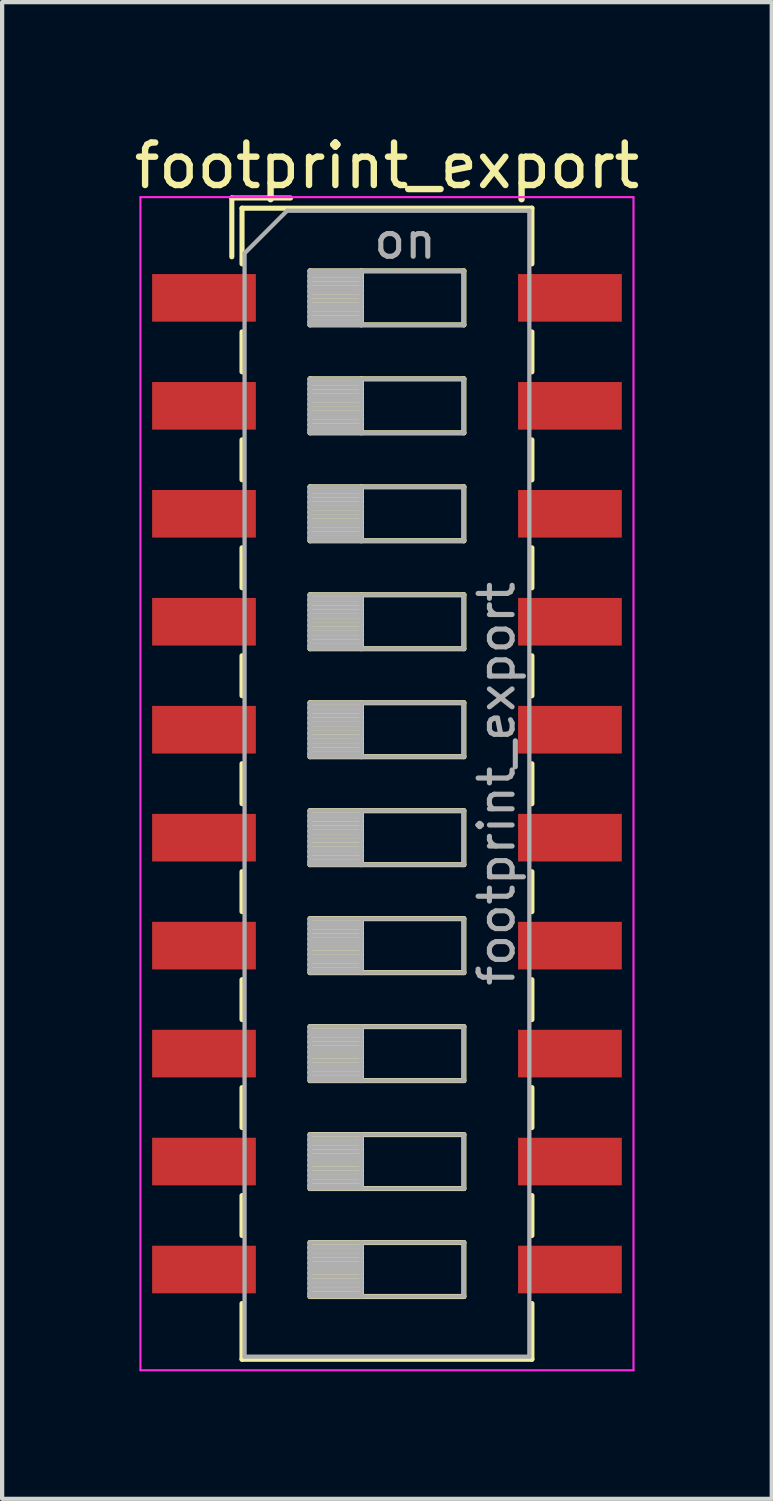
<source format=kicad_pcb>
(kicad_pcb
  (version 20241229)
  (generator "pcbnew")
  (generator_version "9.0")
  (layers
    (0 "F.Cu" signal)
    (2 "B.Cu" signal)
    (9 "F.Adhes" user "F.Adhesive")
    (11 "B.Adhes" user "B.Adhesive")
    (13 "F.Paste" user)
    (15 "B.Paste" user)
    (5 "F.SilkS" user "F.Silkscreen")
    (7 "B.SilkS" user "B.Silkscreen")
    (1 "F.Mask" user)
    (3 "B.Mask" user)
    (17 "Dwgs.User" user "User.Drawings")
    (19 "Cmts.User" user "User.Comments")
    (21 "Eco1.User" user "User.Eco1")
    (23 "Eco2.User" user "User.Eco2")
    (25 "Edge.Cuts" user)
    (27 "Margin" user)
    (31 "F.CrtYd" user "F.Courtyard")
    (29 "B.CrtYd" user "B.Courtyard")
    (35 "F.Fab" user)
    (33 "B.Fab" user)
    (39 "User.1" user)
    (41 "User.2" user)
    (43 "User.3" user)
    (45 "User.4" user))
  (footprint "footprint_export"
    (layer "F.Cu")
    (at 6.054 15.388)
    (property "Reference" "footprint_export" (at 0 -14.54 0) (layer "F.SilkS") (effects (font (size 1 1) (thickness 0.15))))
    (attr smd)
    (fp_line (start -3.65 -13.78) (end -3.65 -12.397) (stroke (width 0.12) (type solid)) (layer "F.SilkS"))
    (fp_line (start -3.65 -13.78) (end -2.267 -13.78) (stroke (width 0.12) (type solid)) (layer "F.SilkS"))
    (fp_line (start -3.41 -13.54) (end -3.41 -12.23) (stroke (width 0.12) (type solid)) (layer "F.SilkS"))
    (fp_line (start -3.41 -13.54) (end 3.41 -13.54) (stroke (width 0.12) (type solid)) (layer "F.SilkS"))
    (fp_line (start -3.41 -10.63) (end -3.41 -9.69) (stroke (width 0.12) (type solid)) (layer "F.SilkS"))
    (fp_line (start -3.41 -8.09) (end -3.41 -7.15) (stroke (width 0.12) (type solid)) (layer "F.SilkS"))
    (fp_line (start -3.41 -5.55) (end -3.41 -4.61) (stroke (width 0.12) (type solid)) (layer "F.SilkS"))
    (fp_line (start -3.41 -3.01) (end -3.41 -2.07) (stroke (width 0.12) (type solid)) (layer "F.SilkS"))
    (fp_line (start -3.41 -0.47) (end -3.41 0.47) (stroke (width 0.12) (type solid)) (layer "F.SilkS"))
    (fp_line (start -3.41 2.07) (end -3.41 3.01) (stroke (width 0.12) (type solid)) (layer "F.SilkS"))
    (fp_line (start -3.41 4.61) (end -3.41 5.55) (stroke (width 0.12) (type solid)) (layer "F.SilkS"))
    (fp_line (start -3.41 7.15) (end -3.41 8.09) (stroke (width 0.12) (type solid)) (layer "F.SilkS"))
    (fp_line (start -3.41 9.69) (end -3.41 10.63) (stroke (width 0.12) (type solid)) (layer "F.SilkS"))
    (fp_line (start -3.41 12.23) (end -3.41 13.541) (stroke (width 0.12) (type solid)) (layer "F.SilkS"))
    (fp_line (start -3.41 13.541) (end 3.41 13.541) (stroke (width 0.12) (type solid)) (layer "F.SilkS"))
    (fp_line (start -1.81 -12.065) (end -1.81 -10.795) (stroke (width 0.12) (type solid)) (layer "F.SilkS"))
    (fp_line (start -1.81 -11.945) (end -0.603 -11.945) (stroke (width 0.12) (type solid)) (layer "F.SilkS"))
    (fp_line (start -1.81 -11.825) (end -0.603 -11.825) (stroke (width 0.12) (type solid)) (layer "F.SilkS"))
    (fp_line (start -1.81 -11.705) (end -0.603 -11.705) (stroke (width 0.12) (type solid)) (layer "F.SilkS"))
    (fp_line (start -1.81 -11.585) (end -0.603 -11.585) (stroke (width 0.12) (type solid)) (layer "F.SilkS"))
    (fp_line (start -1.81 -11.465) (end -0.603 -11.465) (stroke (width 0.12) (type solid)) (layer "F.SilkS"))
    (fp_line (start -1.81 -11.345) (end -0.603 -11.345) (stroke (width 0.12) (type solid)) (layer "F.SilkS"))
    (fp_line (start -1.81 -11.225) (end -0.603 -11.225) (stroke (width 0.12) (type solid)) (layer "F.SilkS"))
    (fp_line (start -1.81 -11.105) (end -0.603 -11.105) (stroke (width 0.12) (type solid)) (layer "F.SilkS"))
    (fp_line (start -1.81 -10.985) (end -0.603 -10.985) (stroke (width 0.12) (type solid)) (layer "F.SilkS"))
    (fp_line (start -1.81 -10.865) (end -0.603 -10.865) (stroke (width 0.12) (type solid)) (layer "F.SilkS"))
    (fp_line (start -1.81 -10.795) (end 1.81 -10.795) (stroke (width 0.12) (type solid)) (layer "F.SilkS"))
    (fp_line (start -1.81 -9.525) (end -1.81 -8.255) (stroke (width 0.12) (type solid)) (layer "F.SilkS"))
    (fp_line (start -1.81 -9.405) (end -0.603 -9.405) (stroke (width 0.12) (type solid)) (layer "F.SilkS"))
    (fp_line (start -1.81 -9.285) (end -0.603 -9.285) (stroke (width 0.12) (type solid)) (layer "F.SilkS"))
    (fp_line (start -1.81 -9.165) (end -0.603 -9.165) (stroke (width 0.12) (type solid)) (layer "F.SilkS"))
    (fp_line (start -1.81 -9.045) (end -0.603 -9.045) (stroke (width 0.12) (type solid)) (layer "F.SilkS"))
    (fp_line (start -1.81 -8.925) (end -0.603 -8.925) (stroke (width 0.12) (type solid)) (layer "F.SilkS"))
    (fp_line (start -1.81 -8.805) (end -0.603 -8.805) (stroke (width 0.12) (type solid)) (layer "F.SilkS"))
    (fp_line (start -1.81 -8.685) (end -0.603 -8.685) (stroke (width 0.12) (type solid)) (layer "F.SilkS"))
    (fp_line (start -1.81 -8.565) (end -0.603 -8.565) (stroke (width 0.12) (type solid)) (layer "F.SilkS"))
    (fp_line (start -1.81 -8.445) (end -0.603 -8.445) (stroke (width 0.12) (type solid)) (layer "F.SilkS"))
    (fp_line (start -1.81 -8.325) (end -0.603 -8.325) (stroke (width 0.12) (type solid)) (layer "F.SilkS"))
    (fp_line (start -1.81 -8.255) (end 1.81 -8.255) (stroke (width 0.12) (type solid)) (layer "F.SilkS"))
    (fp_line (start -1.81 -6.985) (end -1.81 -5.715) (stroke (width 0.12) (type solid)) (layer "F.SilkS"))
    (fp_line (start -1.81 -6.865) (end -0.603 -6.865) (stroke (width 0.12) (type solid)) (layer "F.SilkS"))
    (fp_line (start -1.81 -6.745) (end -0.603 -6.745) (stroke (width 0.12) (type solid)) (layer "F.SilkS"))
    (fp_line (start -1.81 -6.625) (end -0.603 -6.625) (stroke (width 0.12) (type solid)) (layer "F.SilkS"))
    (fp_line (start -1.81 -6.505) (end -0.603 -6.505) (stroke (width 0.12) (type solid)) (layer "F.SilkS"))
    (fp_line (start -1.81 -6.385) (end -0.603 -6.385) (stroke (width 0.12) (type solid)) (layer "F.SilkS"))
    (fp_line (start -1.81 -6.265) (end -0.603 -6.265) (stroke (width 0.12) (type solid)) (layer "F.SilkS"))
    (fp_line (start -1.81 -6.145) (end -0.603 -6.145) (stroke (width 0.12) (type solid)) (layer "F.SilkS"))
    (fp_line (start -1.81 -6.025) (end -0.603 -6.025) (stroke (width 0.12) (type solid)) (layer "F.SilkS"))
    (fp_line (start -1.81 -5.905) (end -0.603 -5.905) (stroke (width 0.12) (type solid)) (layer "F.SilkS"))
    (fp_line (start -1.81 -5.785) (end -0.603 -5.785) (stroke (width 0.12) (type solid)) (layer "F.SilkS"))
    (fp_line (start -1.81 -5.715) (end 1.81 -5.715) (stroke (width 0.12) (type solid)) (layer "F.SilkS"))
    (fp_line (start -1.81 -4.445) (end -1.81 -3.175) (stroke (width 0.12) (type solid)) (layer "F.SilkS"))
    (fp_line (start -1.81 -4.325) (end -0.603 -4.325) (stroke (width 0.12) (type solid)) (layer "F.SilkS"))
    (fp_line (start -1.81 -4.205) (end -0.603 -4.205) (stroke (width 0.12) (type solid)) (layer "F.SilkS"))
    (fp_line (start -1.81 -4.085) (end -0.603 -4.085) (stroke (width 0.12) (type solid)) (layer "F.SilkS"))
    (fp_line (start -1.81 -3.965) (end -0.603 -3.965) (stroke (width 0.12) (type solid)) (layer "F.SilkS"))
    (fp_line (start -1.81 -3.845) (end -0.603 -3.845) (stroke (width 0.12) (type solid)) (layer "F.SilkS"))
    (fp_line (start -1.81 -3.725) (end -0.603 -3.725) (stroke (width 0.12) (type solid)) (layer "F.SilkS"))
    (fp_line (start -1.81 -3.605) (end -0.603 -3.605) (stroke (width 0.12) (type solid)) (layer "F.SilkS"))
    (fp_line (start -1.81 -3.485) (end -0.603 -3.485) (stroke (width 0.12) (type solid)) (layer "F.SilkS"))
    (fp_line (start -1.81 -3.365) (end -0.603 -3.365) (stroke (width 0.12) (type solid)) (layer "F.SilkS"))
    (fp_line (start -1.81 -3.245) (end -0.603 -3.245) (stroke (width 0.12) (type solid)) (layer "F.SilkS"))
    (fp_line (start -1.81 -3.175) (end 1.81 -3.175) (stroke (width 0.12) (type solid)) (layer "F.SilkS"))
    (fp_line (start -1.81 -1.905) (end -1.81 -0.635) (stroke (width 0.12) (type solid)) (layer "F.SilkS"))
    (fp_line (start -1.81 -1.785) (end -0.603 -1.785) (stroke (width 0.12) (type solid)) (layer "F.SilkS"))
    (fp_line (start -1.81 -1.665) (end -0.603 -1.665) (stroke (width 0.12) (type solid)) (layer "F.SilkS"))
    (fp_line (start -1.81 -1.545) (end -0.603 -1.545) (stroke (width 0.12) (type solid)) (layer "F.SilkS"))
    (fp_line (start -1.81 -1.425) (end -0.603 -1.425) (stroke (width 0.12) (type solid)) (layer "F.SilkS"))
    (fp_line (start -1.81 -1.305) (end -0.603 -1.305) (stroke (width 0.12) (type solid)) (layer "F.SilkS"))
    (fp_line (start -1.81 -1.185) (end -0.603 -1.185) (stroke (width 0.12) (type solid)) (layer "F.SilkS"))
    (fp_line (start -1.81 -1.065) (end -0.603 -1.065) (stroke (width 0.12) (type solid)) (layer "F.SilkS"))
    (fp_line (start -1.81 -0.945) (end -0.603 -0.945) (stroke (width 0.12) (type solid)) (layer "F.SilkS"))
    (fp_line (start -1.81 -0.825) (end -0.603 -0.825) (stroke (width 0.12) (type solid)) (layer "F.SilkS"))
    (fp_line (start -1.81 -0.705) (end -0.603 -0.705) (stroke (width 0.12) (type solid)) (layer "F.SilkS"))
    (fp_line (start -1.81 -0.635) (end 1.81 -0.635) (stroke (width 0.12) (type solid)) (layer "F.SilkS"))
    (fp_line (start -1.81 0.635) (end -1.81 1.905) (stroke (width 0.12) (type solid)) (layer "F.SilkS"))
    (fp_line (start -1.81 0.755) (end -0.603 0.755) (stroke (width 0.12) (type solid)) (layer "F.SilkS"))
    (fp_line (start -1.81 0.875) (end -0.603 0.875) (stroke (width 0.12) (type solid)) (layer "F.SilkS"))
    (fp_line (start -1.81 0.995) (end -0.603 0.995) (stroke (width 0.12) (type solid)) (layer "F.SilkS"))
    (fp_line (start -1.81 1.115) (end -0.603 1.115) (stroke (width 0.12) (type solid)) (layer "F.SilkS"))
    (fp_line (start -1.81 1.235) (end -0.603 1.235) (stroke (width 0.12) (type solid)) (layer "F.SilkS"))
    (fp_line (start -1.81 1.355) (end -0.603 1.355) (stroke (width 0.12) (type solid)) (layer "F.SilkS"))
    (fp_line (start -1.81 1.475) (end -0.603 1.475) (stroke (width 0.12) (type solid)) (layer "F.SilkS"))
    (fp_line (start -1.81 1.595) (end -0.603 1.595) (stroke (width 0.12) (type solid)) (layer "F.SilkS"))
    (fp_line (start -1.81 1.715) (end -0.603 1.715) (stroke (width 0.12) (type solid)) (layer "F.SilkS"))
    (fp_line (start -1.81 1.835) (end -0.603 1.835) (stroke (width 0.12) (type solid)) (layer "F.SilkS"))
    (fp_line (start -1.81 1.905) (end 1.81 1.905) (stroke (width 0.12) (type solid)) (layer "F.SilkS"))
    (fp_line (start -1.81 3.175) (end -1.81 4.445) (stroke (width 0.12) (type solid)) (layer "F.SilkS"))
    (fp_line (start -1.81 3.295) (end -0.603 3.295) (stroke (width 0.12) (type solid)) (layer "F.SilkS"))
    (fp_line (start -1.81 3.415) (end -0.603 3.415) (stroke (width 0.12) (type solid)) (layer "F.SilkS"))
    (fp_line (start -1.81 3.535) (end -0.603 3.535) (stroke (width 0.12) (type solid)) (layer "F.SilkS"))
    (fp_line (start -1.81 3.655) (end -0.603 3.655) (stroke (width 0.12) (type solid)) (layer "F.SilkS"))
    (fp_line (start -1.81 3.775) (end -0.603 3.775) (stroke (width 0.12) (type solid)) (layer "F.SilkS"))
    (fp_line (start -1.81 3.895) (end -0.603 3.895) (stroke (width 0.12) (type solid)) (layer "F.SilkS"))
    (fp_line (start -1.81 4.015) (end -0.603 4.015) (stroke (width 0.12) (type solid)) (layer "F.SilkS"))
    (fp_line (start -1.81 4.135) (end -0.603 4.135) (stroke (width 0.12) (type solid)) (layer "F.SilkS"))
    (fp_line (start -1.81 4.255) (end -0.603 4.255) (stroke (width 0.12) (type solid)) (layer "F.SilkS"))
    (fp_line (start -1.81 4.375) (end -0.603 4.375) (stroke (width 0.12) (type solid)) (layer "F.SilkS"))
    (fp_line (start -1.81 4.445) (end 1.81 4.445) (stroke (width 0.12) (type solid)) (layer "F.SilkS"))
    (fp_line (start -1.81 5.715) (end -1.81 6.985) (stroke (width 0.12) (type solid)) (layer "F.SilkS"))
    (fp_line (start -1.81 5.835) (end -0.603 5.835) (stroke (width 0.12) (type solid)) (layer "F.SilkS"))
    (fp_line (start -1.81 5.955) (end -0.603 5.955) (stroke (width 0.12) (type solid)) (layer "F.SilkS"))
    (fp_line (start -1.81 6.075) (end -0.603 6.075) (stroke (width 0.12) (type solid)) (layer "F.SilkS"))
    (fp_line (start -1.81 6.195) (end -0.603 6.195) (stroke (width 0.12) (type solid)) (layer "F.SilkS"))
    (fp_line (start -1.81 6.315) (end -0.603 6.315) (stroke (width 0.12) (type solid)) (layer "F.SilkS"))
    (fp_line (start -1.81 6.435) (end -0.603 6.435) (stroke (width 0.12) (type solid)) (layer "F.SilkS"))
    (fp_line (start -1.81 6.555) (end -0.603 6.555) (stroke (width 0.12) (type solid)) (layer "F.SilkS"))
    (fp_line (start -1.81 6.675) (end -0.603 6.675) (stroke (width 0.12) (type solid)) (layer "F.SilkS"))
    (fp_line (start -1.81 6.795) (end -0.603 6.795) (stroke (width 0.12) (type solid)) (layer "F.SilkS"))
    (fp_line (start -1.81 6.915) (end -0.603 6.915) (stroke (width 0.12) (type solid)) (layer "F.SilkS"))
    (fp_line (start -1.81 6.985) (end 1.81 6.985) (stroke (width 0.12) (type solid)) (layer "F.SilkS"))
    (fp_line (start -1.81 8.255) (end -1.81 9.525) (stroke (width 0.12) (type solid)) (layer "F.SilkS"))
    (fp_line (start -1.81 8.375) (end -0.603 8.375) (stroke (width 0.12) (type solid)) (layer "F.SilkS"))
    (fp_line (start -1.81 8.495) (end -0.603 8.495) (stroke (width 0.12) (type solid)) (layer "F.SilkS"))
    (fp_line (start -1.81 8.615) (end -0.603 8.615) (stroke (width 0.12) (type solid)) (layer "F.SilkS"))
    (fp_line (start -1.81 8.735) (end -0.603 8.735) (stroke (width 0.12) (type solid)) (layer "F.SilkS"))
    (fp_line (start -1.81 8.855) (end -0.603 8.855) (stroke (width 0.12) (type solid)) (layer "F.SilkS"))
    (fp_line (start -1.81 8.975) (end -0.603 8.975) (stroke (width 0.12) (type solid)) (layer "F.SilkS"))
    (fp_line (start -1.81 9.095) (end -0.603 9.095) (stroke (width 0.12) (type solid)) (layer "F.SilkS"))
    (fp_line (start -1.81 9.215) (end -0.603 9.215) (stroke (width 0.12) (type solid)) (layer "F.SilkS"))
    (fp_line (start -1.81 9.335) (end -0.603 9.335) (stroke (width 0.12) (type solid)) (layer "F.SilkS"))
    (fp_line (start -1.81 9.455) (end -0.603 9.455) (stroke (width 0.12) (type solid)) (layer "F.SilkS"))
    (fp_line (start -1.81 9.525) (end 1.81 9.525) (stroke (width 0.12) (type solid)) (layer "F.SilkS"))
    (fp_line (start -1.81 10.795) (end -1.81 12.065) (stroke (width 0.12) (type solid)) (layer "F.SilkS"))
    (fp_line (start -1.81 10.915) (end -0.603 10.915) (stroke (width 0.12) (type solid)) (layer "F.SilkS"))
    (fp_line (start -1.81 11.035) (end -0.603 11.035) (stroke (width 0.12) (type solid)) (layer "F.SilkS"))
    (fp_line (start -1.81 11.155) (end -0.603 11.155) (stroke (width 0.12) (type solid)) (layer "F.SilkS"))
    (fp_line (start -1.81 11.275) (end -0.603 11.275) (stroke (width 0.12) (type solid)) (layer "F.SilkS"))
    (fp_line (start -1.81 11.395) (end -0.603 11.395) (stroke (width 0.12) (type solid)) (layer "F.SilkS"))
    (fp_line (start -1.81 11.515) (end -0.603 11.515) (stroke (width 0.12) (type solid)) (layer "F.SilkS"))
    (fp_line (start -1.81 11.635) (end -0.603 11.635) (stroke (width 0.12) (type solid)) (layer "F.SilkS"))
    (fp_line (start -1.81 11.755) (end -0.603 11.755) (stroke (width 0.12) (type solid)) (layer "F.SilkS"))
    (fp_line (start -1.81 11.875) (end -0.603 11.875) (stroke (width 0.12) (type solid)) (layer "F.SilkS"))
    (fp_line (start -1.81 11.995) (end -0.603 11.995) (stroke (width 0.12) (type solid)) (layer "F.SilkS"))
    (fp_line (start -1.81 12.065) (end 1.81 12.065) (stroke (width 0.12) (type solid)) (layer "F.SilkS"))
    (fp_line (start -0.603 -12.065) (end -0.603 -10.795) (stroke (width 0.12) (type solid)) (layer "F.SilkS"))
    (fp_line (start -0.603 -9.525) (end -0.603 -8.255) (stroke (width 0.12) (type solid)) (layer "F.SilkS"))
    (fp_line (start -0.603 -6.985) (end -0.603 -5.715) (stroke (width 0.12) (type solid)) (layer "F.SilkS"))
    (fp_line (start -0.603 -4.445) (end -0.603 -3.175) (stroke (width 0.12) (type solid)) (layer "F.SilkS"))
    (fp_line (start -0.603 -1.905) (end -0.603 -0.635) (stroke (width 0.12) (type solid)) (layer "F.SilkS"))
    (fp_line (start -0.603 0.635) (end -0.603 1.905) (stroke (width 0.12) (type solid)) (layer "F.SilkS"))
    (fp_line (start -0.603 3.175) (end -0.603 4.445) (stroke (width 0.12) (type solid)) (layer "F.SilkS"))
    (fp_line (start -0.603 5.715) (end -0.603 6.985) (stroke (width 0.12) (type solid)) (layer "F.SilkS"))
    (fp_line (start -0.603 8.255) (end -0.603 9.525) (stroke (width 0.12) (type solid)) (layer "F.SilkS"))
    (fp_line (start -0.603 10.795) (end -0.603 12.065) (stroke (width 0.12) (type solid)) (layer "F.SilkS"))
    (fp_line (start 1.81 -12.065) (end -1.81 -12.065) (stroke (width 0.12) (type solid)) (layer "F.SilkS"))
    (fp_line (start 1.81 -10.795) (end 1.81 -12.065) (stroke (width 0.12) (type solid)) (layer "F.SilkS"))
    (fp_line (start 1.81 -9.525) (end -1.81 -9.525) (stroke (width 0.12) (type solid)) (layer "F.SilkS"))
    (fp_line (start 1.81 -8.255) (end 1.81 -9.525) (stroke (width 0.12) (type solid)) (layer "F.SilkS"))
    (fp_line (start 1.81 -6.985) (end -1.81 -6.985) (stroke (width 0.12) (type solid)) (layer "F.SilkS"))
    (fp_line (start 1.81 -5.715) (end 1.81 -6.985) (stroke (width 0.12) (type solid)) (layer "F.SilkS"))
    (fp_line (start 1.81 -4.445) (end -1.81 -4.445) (stroke (width 0.12) (type solid)) (layer "F.SilkS"))
    (fp_line (start 1.81 -3.175) (end 1.81 -4.445) (stroke (width 0.12) (type solid)) (layer "F.SilkS"))
    (fp_line (start 1.81 -1.905) (end -1.81 -1.905) (stroke (width 0.12) (type solid)) (layer "F.SilkS"))
    (fp_line (start 1.81 -0.635) (end 1.81 -1.905) (stroke (width 0.12) (type solid)) (layer "F.SilkS"))
    (fp_line (start 1.81 0.635) (end -1.81 0.635) (stroke (width 0.12) (type solid)) (layer "F.SilkS"))
    (fp_line (start 1.81 1.905) (end 1.81 0.635) (stroke (width 0.12) (type solid)) (layer "F.SilkS"))
    (fp_line (start 1.81 3.175) (end -1.81 3.175) (stroke (width 0.12) (type solid)) (layer "F.SilkS"))
    (fp_line (start 1.81 4.445) (end 1.81 3.175) (stroke (width 0.12) (type solid)) (layer "F.SilkS"))
    (fp_line (start 1.81 5.715) (end -1.81 5.715) (stroke (width 0.12) (type solid)) (layer "F.SilkS"))
    (fp_line (start 1.81 6.985) (end 1.81 5.715) (stroke (width 0.12) (type solid)) (layer "F.SilkS"))
    (fp_line (start 1.81 8.255) (end -1.81 8.255) (stroke (width 0.12) (type solid)) (layer "F.SilkS"))
    (fp_line (start 1.81 9.525) (end 1.81 8.255) (stroke (width 0.12) (type solid)) (layer "F.SilkS"))
    (fp_line (start 1.81 10.795) (end -1.81 10.795) (stroke (width 0.12) (type solid)) (layer "F.SilkS"))
    (fp_line (start 1.81 12.065) (end 1.81 10.795) (stroke (width 0.12) (type solid)) (layer "F.SilkS"))
    (fp_line (start 3.41 -13.54) (end 3.41 -12.23) (stroke (width 0.12) (type solid)) (layer "F.SilkS"))
    (fp_line (start 3.41 -10.629) (end 3.41 -9.689) (stroke (width 0.12) (type solid)) (layer "F.SilkS"))
    (fp_line (start 3.41 -8.089) (end 3.41 -7.149) (stroke (width 0.12) (type solid)) (layer "F.SilkS"))
    (fp_line (start 3.41 -5.549) (end 3.41 -4.609) (stroke (width 0.12) (type solid)) (layer "F.SilkS"))
    (fp_line (start 3.41 -3.009) (end 3.41 -2.069) (stroke (width 0.12) (type solid)) (layer "F.SilkS"))
    (fp_line (start 3.41 -0.469) (end 3.41 0.471) (stroke (width 0.12) (type solid)) (layer "F.SilkS"))
    (fp_line (start 3.41 2.071) (end 3.41 3.011) (stroke (width 0.12) (type solid)) (layer "F.SilkS"))
    (fp_line (start 3.41 4.611) (end 3.41 5.55) (stroke (width 0.12) (type solid)) (layer "F.SilkS"))
    (fp_line (start 3.41 7.15) (end 3.41 8.09) (stroke (width 0.12) (type solid)) (layer "F.SilkS"))
    (fp_line (start 3.41 9.69) (end 3.41 10.63) (stroke (width 0.12) (type solid)) (layer "F.SilkS"))
    (fp_line (start 3.41 12.23) (end 3.41 13.541) (stroke (width 0.12) (type solid)) (layer "F.SilkS"))
    (fp_line (start -5.8 -13.8) (end -5.8 13.8) (stroke (width 0.05) (type solid)) (layer "F.CrtYd"))
    (fp_line (start -5.8 13.8) (end 5.8 13.8) (stroke (width 0.05) (type solid)) (layer "F.CrtYd"))
    (fp_line (start 5.8 -13.8) (end -5.8 -13.8) (stroke (width 0.05) (type solid)) (layer "F.CrtYd"))
    (fp_line (start 5.8 13.8) (end 5.8 -13.8) (stroke (width 0.05) (type solid)) (layer "F.CrtYd"))
    (fp_line (start -3.35 -12.48) (end -2.35 -13.48) (stroke (width 0.1) (type solid)) (layer "F.Fab"))
    (fp_line (start -3.35 13.48) (end -3.35 -12.48) (stroke (width 0.1) (type solid)) (layer "F.Fab"))
    (fp_line (start -2.35 -13.48) (end 3.35 -13.48) (stroke (width 0.1) (type solid)) (layer "F.Fab"))
    (fp_line (start -1.81 -12.065) (end -1.81 -10.795) (stroke (width 0.1) (type solid)) (layer "F.Fab"))
    (fp_line (start -1.81 -11.965) (end -0.603 -11.965) (stroke (width 0.1) (type solid)) (layer "F.Fab"))
    (fp_line (start -1.81 -11.865) (end -0.603 -11.865) (stroke (width 0.1) (type solid)) (layer "F.Fab"))
    (fp_line (start -1.81 -11.765) (end -0.603 -11.765) (stroke (width 0.1) (type solid)) (layer "F.Fab"))
    (fp_line (start -1.81 -11.665) (end -0.603 -11.665) (stroke (width 0.1) (type solid)) (layer "F.Fab"))
    (fp_line (start -1.81 -11.565) (end -0.603 -11.565) (stroke (width 0.1) (type solid)) (layer "F.Fab"))
    (fp_line (start -1.81 -11.465) (end -0.603 -11.465) (stroke (width 0.1) (type solid)) (layer "F.Fab"))
    (fp_line (start -1.81 -11.365) (end -0.603 -11.365) (stroke (width 0.1) (type solid)) (layer "F.Fab"))
    (fp_line (start -1.81 -11.265) (end -0.603 -11.265) (stroke (width 0.1) (type solid)) (layer "F.Fab"))
    (fp_line (start -1.81 -11.165) (end -0.603 -11.165) (stroke (width 0.1) (type solid)) (layer "F.Fab"))
    (fp_line (start -1.81 -11.065) (end -0.603 -11.065) (stroke (width 0.1) (type solid)) (layer "F.Fab"))
    (fp_line (start -1.81 -10.965) (end -0.603 -10.965) (stroke (width 0.1) (type solid)) (layer "F.Fab"))
    (fp_line (start -1.81 -10.865) (end -0.603 -10.865) (stroke (width 0.1) (type solid)) (layer "F.Fab"))
    (fp_line (start -1.81 -10.795) (end 1.81 -10.795) (stroke (width 0.1) (type solid)) (layer "F.Fab"))
    (fp_line (start -1.81 -9.525) (end -1.81 -8.255) (stroke (width 0.1) (type solid)) (layer "F.Fab"))
    (fp_line (start -1.81 -9.425) (end -0.603 -9.425) (stroke (width 0.1) (type solid)) (layer "F.Fab"))
    (fp_line (start -1.81 -9.325) (end -0.603 -9.325) (stroke (width 0.1) (type solid)) (layer "F.Fab"))
    (fp_line (start -1.81 -9.225) (end -0.603 -9.225) (stroke (width 0.1) (type solid)) (layer "F.Fab"))
    (fp_line (start -1.81 -9.125) (end -0.603 -9.125) (stroke (width 0.1) (type solid)) (layer "F.Fab"))
    (fp_line (start -1.81 -9.025) (end -0.603 -9.025) (stroke (width 0.1) (type solid)) (layer "F.Fab"))
    (fp_line (start -1.81 -8.925) (end -0.603 -8.925) (stroke (width 0.1) (type solid)) (layer "F.Fab"))
    (fp_line (start -1.81 -8.825) (end -0.603 -8.825) (stroke (width 0.1) (type solid)) (layer "F.Fab"))
    (fp_line (start -1.81 -8.725) (end -0.603 -8.725) (stroke (width 0.1) (type solid)) (layer "F.Fab"))
    (fp_line (start -1.81 -8.625) (end -0.603 -8.625) (stroke (width 0.1) (type solid)) (layer "F.Fab"))
    (fp_line (start -1.81 -8.525) (end -0.603 -8.525) (stroke (width 0.1) (type solid)) (layer "F.Fab"))
    (fp_line (start -1.81 -8.425) (end -0.603 -8.425) (stroke (width 0.1) (type solid)) (layer "F.Fab"))
    (fp_line (start -1.81 -8.325) (end -0.603 -8.325) (stroke (width 0.1) (type solid)) (layer "F.Fab"))
    (fp_line (start -1.81 -8.255) (end 1.81 -8.255) (stroke (width 0.1) (type solid)) (layer "F.Fab"))
    (fp_line (start -1.81 -6.985) (end -1.81 -5.715) (stroke (width 0.1) (type solid)) (layer "F.Fab"))
    (fp_line (start -1.81 -6.885) (end -0.603 -6.885) (stroke (width 0.1) (type solid)) (layer "F.Fab"))
    (fp_line (start -1.81 -6.785) (end -0.603 -6.785) (stroke (width 0.1) (type solid)) (layer "F.Fab"))
    (fp_line (start -1.81 -6.685) (end -0.603 -6.685) (stroke (width 0.1) (type solid)) (layer "F.Fab"))
    (fp_line (start -1.81 -6.585) (end -0.603 -6.585) (stroke (width 0.1) (type solid)) (layer "F.Fab"))
    (fp_line (start -1.81 -6.485) (end -0.603 -6.485) (stroke (width 0.1) (type solid)) (layer "F.Fab"))
    (fp_line (start -1.81 -6.385) (end -0.603 -6.385) (stroke (width 0.1) (type solid)) (layer "F.Fab"))
    (fp_line (start -1.81 -6.285) (end -0.603 -6.285) (stroke (width 0.1) (type solid)) (layer "F.Fab"))
    (fp_line (start -1.81 -6.185) (end -0.603 -6.185) (stroke (width 0.1) (type solid)) (layer "F.Fab"))
    (fp_line (start -1.81 -6.085) (end -0.603 -6.085) (stroke (width 0.1) (type solid)) (layer "F.Fab"))
    (fp_line (start -1.81 -5.985) (end -0.603 -5.985) (stroke (width 0.1) (type solid)) (layer "F.Fab"))
    (fp_line (start -1.81 -5.885) (end -0.603 -5.885) (stroke (width 0.1) (type solid)) (layer "F.Fab"))
    (fp_line (start -1.81 -5.785) (end -0.603 -5.785) (stroke (width 0.1) (type solid)) (layer "F.Fab"))
    (fp_line (start -1.81 -5.715) (end 1.81 -5.715) (stroke (width 0.1) (type solid)) (layer "F.Fab"))
    (fp_line (start -1.81 -4.445) (end -1.81 -3.175) (stroke (width 0.1) (type solid)) (layer "F.Fab"))
    (fp_line (start -1.81 -4.345) (end -0.603 -4.345) (stroke (width 0.1) (type solid)) (layer "F.Fab"))
    (fp_line (start -1.81 -4.245) (end -0.603 -4.245) (stroke (width 0.1) (type solid)) (layer "F.Fab"))
    (fp_line (start -1.81 -4.145) (end -0.603 -4.145) (stroke (width 0.1) (type solid)) (layer "F.Fab"))
    (fp_line (start -1.81 -4.045) (end -0.603 -4.045) (stroke (width 0.1) (type solid)) (layer "F.Fab"))
    (fp_line (start -1.81 -3.945) (end -0.603 -3.945) (stroke (width 0.1) (type solid)) (layer "F.Fab"))
    (fp_line (start -1.81 -3.845) (end -0.603 -3.845) (stroke (width 0.1) (type solid)) (layer "F.Fab"))
    (fp_line (start -1.81 -3.745) (end -0.603 -3.745) (stroke (width 0.1) (type solid)) (layer "F.Fab"))
    (fp_line (start -1.81 -3.645) (end -0.603 -3.645) (stroke (width 0.1) (type solid)) (layer "F.Fab"))
    (fp_line (start -1.81 -3.545) (end -0.603 -3.545) (stroke (width 0.1) (type solid)) (layer "F.Fab"))
    (fp_line (start -1.81 -3.445) (end -0.603 -3.445) (stroke (width 0.1) (type solid)) (layer "F.Fab"))
    (fp_line (start -1.81 -3.345) (end -0.603 -3.345) (stroke (width 0.1) (type solid)) (layer "F.Fab"))
    (fp_line (start -1.81 -3.245) (end -0.603 -3.245) (stroke (width 0.1) (type solid)) (layer "F.Fab"))
    (fp_line (start -1.81 -3.175) (end 1.81 -3.175) (stroke (width 0.1) (type solid)) (layer "F.Fab"))
    (fp_line (start -1.81 -1.905) (end -1.81 -0.635) (stroke (width 0.1) (type solid)) (layer "F.Fab"))
    (fp_line (start -1.81 -1.805) (end -0.603 -1.805) (stroke (width 0.1) (type solid)) (layer "F.Fab"))
    (fp_line (start -1.81 -1.705) (end -0.603 -1.705) (stroke (width 0.1) (type solid)) (layer "F.Fab"))
    (fp_line (start -1.81 -1.605) (end -0.603 -1.605) (stroke (width 0.1) (type solid)) (layer "F.Fab"))
    (fp_line (start -1.81 -1.505) (end -0.603 -1.505) (stroke (width 0.1) (type solid)) (layer "F.Fab"))
    (fp_line (start -1.81 -1.405) (end -0.603 -1.405) (stroke (width 0.1) (type solid)) (layer "F.Fab"))
    (fp_line (start -1.81 -1.305) (end -0.603 -1.305) (stroke (width 0.1) (type solid)) (layer "F.Fab"))
    (fp_line (start -1.81 -1.205) (end -0.603 -1.205) (stroke (width 0.1) (type solid)) (layer "F.Fab"))
    (fp_line (start -1.81 -1.105) (end -0.603 -1.105) (stroke (width 0.1) (type solid)) (layer "F.Fab"))
    (fp_line (start -1.81 -1.005) (end -0.603 -1.005) (stroke (width 0.1) (type solid)) (layer "F.Fab"))
    (fp_line (start -1.81 -0.905) (end -0.603 -0.905) (stroke (width 0.1) (type solid)) (layer "F.Fab"))
    (fp_line (start -1.81 -0.805) (end -0.603 -0.805) (stroke (width 0.1) (type solid)) (layer "F.Fab"))
    (fp_line (start -1.81 -0.705) (end -0.603 -0.705) (stroke (width 0.1) (type solid)) (layer "F.Fab"))
    (fp_line (start -1.81 -0.635) (end 1.81 -0.635) (stroke (width 0.1) (type solid)) (layer "F.Fab"))
    (fp_line (start -1.81 0.635) (end -1.81 1.905) (stroke (width 0.1) (type solid)) (layer "F.Fab"))
    (fp_line (start -1.81 0.735) (end -0.603 0.735) (stroke (width 0.1) (type solid)) (layer "F.Fab"))
    (fp_line (start -1.81 0.835) (end -0.603 0.835) (stroke (width 0.1) (type solid)) (layer "F.Fab"))
    (fp_line (start -1.81 0.935) (end -0.603 0.935) (stroke (width 0.1) (type solid)) (layer "F.Fab"))
    (fp_line (start -1.81 1.035) (end -0.603 1.035) (stroke (width 0.1) (type solid)) (layer "F.Fab"))
    (fp_line (start -1.81 1.135) (end -0.603 1.135) (stroke (width 0.1) (type solid)) (layer "F.Fab"))
    (fp_line (start -1.81 1.235) (end -0.603 1.235) (stroke (width 0.1) (type solid)) (layer "F.Fab"))
    (fp_line (start -1.81 1.335) (end -0.603 1.335) (stroke (width 0.1) (type solid)) (layer "F.Fab"))
    (fp_line (start -1.81 1.435) (end -0.603 1.435) (stroke (width 0.1) (type solid)) (layer "F.Fab"))
    (fp_line (start -1.81 1.535) (end -0.603 1.535) (stroke (width 0.1) (type solid)) (layer "F.Fab"))
    (fp_line (start -1.81 1.635) (end -0.603 1.635) (stroke (width 0.1) (type solid)) (layer "F.Fab"))
    (fp_line (start -1.81 1.735) (end -0.603 1.735) (stroke (width 0.1) (type solid)) (layer "F.Fab"))
    (fp_line (start -1.81 1.835) (end -0.603 1.835) (stroke (width 0.1) (type solid)) (layer "F.Fab"))
    (fp_line (start -1.81 1.905) (end 1.81 1.905) (stroke (width 0.1) (type solid)) (layer "F.Fab"))
    (fp_line (start -1.81 3.175) (end -1.81 4.445) (stroke (width 0.1) (type solid)) (layer "F.Fab"))
    (fp_line (start -1.81 3.275) (end -0.603 3.275) (stroke (width 0.1) (type solid)) (layer "F.Fab"))
    (fp_line (start -1.81 3.375) (end -0.603 3.375) (stroke (width 0.1) (type solid)) (layer "F.Fab"))
    (fp_line (start -1.81 3.475) (end -0.603 3.475) (stroke (width 0.1) (type solid)) (layer "F.Fab"))
    (fp_line (start -1.81 3.575) (end -0.603 3.575) (stroke (width 0.1) (type solid)) (layer "F.Fab"))
    (fp_line (start -1.81 3.675) (end -0.603 3.675) (stroke (width 0.1) (type solid)) (layer "F.Fab"))
    (fp_line (start -1.81 3.775) (end -0.603 3.775) (stroke (width 0.1) (type solid)) (layer "F.Fab"))
    (fp_line (start -1.81 3.875) (end -0.603 3.875) (stroke (width 0.1) (type solid)) (layer "F.Fab"))
    (fp_line (start -1.81 3.975) (end -0.603 3.975) (stroke (width 0.1) (type solid)) (layer "F.Fab"))
    (fp_line (start -1.81 4.075) (end -0.603 4.075) (stroke (width 0.1) (type solid)) (layer "F.Fab"))
    (fp_line (start -1.81 4.175) (end -0.603 4.175) (stroke (width 0.1) (type solid)) (layer "F.Fab"))
    (fp_line (start -1.81 4.275) (end -0.603 4.275) (stroke (width 0.1) (type solid)) (layer "F.Fab"))
    (fp_line (start -1.81 4.375) (end -0.603 4.375) (stroke (width 0.1) (type solid)) (layer "F.Fab"))
    (fp_line (start -1.81 4.445) (end 1.81 4.445) (stroke (width 0.1) (type solid)) (layer "F.Fab"))
    (fp_line (start -1.81 5.715) (end -1.81 6.985) (stroke (width 0.1) (type solid)) (layer "F.Fab"))
    (fp_line (start -1.81 5.815) (end -0.603 5.815) (stroke (width 0.1) (type solid)) (layer "F.Fab"))
    (fp_line (start -1.81 5.915) (end -0.603 5.915) (stroke (width 0.1) (type solid)) (layer "F.Fab"))
    (fp_line (start -1.81 6.015) (end -0.603 6.015) (stroke (width 0.1) (type solid)) (layer "F.Fab"))
    (fp_line (start -1.81 6.115) (end -0.603 6.115) (stroke (width 0.1) (type solid)) (layer "F.Fab"))
    (fp_line (start -1.81 6.215) (end -0.603 6.215) (stroke (width 0.1) (type solid)) (layer "F.Fab"))
    (fp_line (start -1.81 6.315) (end -0.603 6.315) (stroke (width 0.1) (type solid)) (layer "F.Fab"))
    (fp_line (start -1.81 6.415) (end -0.603 6.415) (stroke (width 0.1) (type solid)) (layer "F.Fab"))
    (fp_line (start -1.81 6.515) (end -0.603 6.515) (stroke (width 0.1) (type solid)) (layer "F.Fab"))
    (fp_line (start -1.81 6.615) (end -0.603 6.615) (stroke (width 0.1) (type solid)) (layer "F.Fab"))
    (fp_line (start -1.81 6.715) (end -0.603 6.715) (stroke (width 0.1) (type solid)) (layer "F.Fab"))
    (fp_line (start -1.81 6.815) (end -0.603 6.815) (stroke (width 0.1) (type solid)) (layer "F.Fab"))
    (fp_line (start -1.81 6.915) (end -0.603 6.915) (stroke (width 0.1) (type solid)) (layer "F.Fab"))
    (fp_line (start -1.81 6.985) (end 1.81 6.985) (stroke (width 0.1) (type solid)) (layer "F.Fab"))
    (fp_line (start -1.81 8.255) (end -1.81 9.525) (stroke (width 0.1) (type solid)) (layer "F.Fab"))
    (fp_line (start -1.81 8.355) (end -0.603 8.355) (stroke (width 0.1) (type solid)) (layer "F.Fab"))
    (fp_line (start -1.81 8.455) (end -0.603 8.455) (stroke (width 0.1) (type solid)) (layer "F.Fab"))
    (fp_line (start -1.81 8.555) (end -0.603 8.555) (stroke (width 0.1) (type solid)) (layer "F.Fab"))
    (fp_line (start -1.81 8.655) (end -0.603 8.655) (stroke (width 0.1) (type solid)) (layer "F.Fab"))
    (fp_line (start -1.81 8.755) (end -0.603 8.755) (stroke (width 0.1) (type solid)) (layer "F.Fab"))
    (fp_line (start -1.81 8.855) (end -0.603 8.855) (stroke (width 0.1) (type solid)) (layer "F.Fab"))
    (fp_line (start -1.81 8.955) (end -0.603 8.955) (stroke (width 0.1) (type solid)) (layer "F.Fab"))
    (fp_line (start -1.81 9.055) (end -0.603 9.055) (stroke (width 0.1) (type solid)) (layer "F.Fab"))
    (fp_line (start -1.81 9.155) (end -0.603 9.155) (stroke (width 0.1) (type solid)) (layer "F.Fab"))
    (fp_line (start -1.81 9.255) (end -0.603 9.255) (stroke (width 0.1) (type solid)) (layer "F.Fab"))
    (fp_line (start -1.81 9.355) (end -0.603 9.355) (stroke (width 0.1) (type solid)) (layer "F.Fab"))
    (fp_line (start -1.81 9.455) (end -0.603 9.455) (stroke (width 0.1) (type solid)) (layer "F.Fab"))
    (fp_line (start -1.81 9.525) (end 1.81 9.525) (stroke (width 0.1) (type solid)) (layer "F.Fab"))
    (fp_line (start -1.81 10.795) (end -1.81 12.065) (stroke (width 0.1) (type solid)) (layer "F.Fab"))
    (fp_line (start -1.81 10.895) (end -0.603 10.895) (stroke (width 0.1) (type solid)) (layer "F.Fab"))
    (fp_line (start -1.81 10.995) (end -0.603 10.995) (stroke (width 0.1) (type solid)) (layer "F.Fab"))
    (fp_line (start -1.81 11.095) (end -0.603 11.095) (stroke (width 0.1) (type solid)) (layer "F.Fab"))
    (fp_line (start -1.81 11.195) (end -0.603 11.195) (stroke (width 0.1) (type solid)) (layer "F.Fab"))
    (fp_line (start -1.81 11.295) (end -0.603 11.295) (stroke (width 0.1) (type solid)) (layer "F.Fab"))
    (fp_line (start -1.81 11.395) (end -0.603 11.395) (stroke (width 0.1) (type solid)) (layer "F.Fab"))
    (fp_line (start -1.81 11.495) (end -0.603 11.495) (stroke (width 0.1) (type solid)) (layer "F.Fab"))
    (fp_line (start -1.81 11.595) (end -0.603 11.595) (stroke (width 0.1) (type solid)) (layer "F.Fab"))
    (fp_line (start -1.81 11.695) (end -0.603 11.695) (stroke (width 0.1) (type solid)) (layer "F.Fab"))
    (fp_line (start -1.81 11.795) (end -0.603 11.795) (stroke (width 0.1) (type solid)) (layer "F.Fab"))
    (fp_line (start -1.81 11.895) (end -0.603 11.895) (stroke (width 0.1) (type solid)) (layer "F.Fab"))
    (fp_line (start -1.81 11.995) (end -0.603 11.995) (stroke (width 0.1) (type solid)) (layer "F.Fab"))
    (fp_line (start -1.81 12.065) (end 1.81 12.065) (stroke (width 0.1) (type solid)) (layer "F.Fab"))
    (fp_line (start -0.603 -12.065) (end -0.603 -10.795) (stroke (width 0.1) (type solid)) (layer "F.Fab"))
    (fp_line (start -0.603 -9.525) (end -0.603 -8.255) (stroke (width 0.1) (type solid)) (layer "F.Fab"))
    (fp_line (start -0.603 -6.985) (end -0.603 -5.715) (stroke (width 0.1) (type solid)) (layer "F.Fab"))
    (fp_line (start -0.603 -4.445) (end -0.603 -3.175) (stroke (width 0.1) (type solid)) (layer "F.Fab"))
    (fp_line (start -0.603 -1.905) (end -0.603 -0.635) (stroke (width 0.1) (type solid)) (layer "F.Fab"))
    (fp_line (start -0.603 0.635) (end -0.603 1.905) (stroke (width 0.1) (type solid)) (layer "F.Fab"))
    (fp_line (start -0.603 3.175) (end -0.603 4.445) (stroke (width 0.1) (type solid)) (layer "F.Fab"))
    (fp_line (start -0.603 5.715) (end -0.603 6.985) (stroke (width 0.1) (type solid)) (layer "F.Fab"))
    (fp_line (start -0.603 8.255) (end -0.603 9.525) (stroke (width 0.1) (type solid)) (layer "F.Fab"))
    (fp_line (start -0.603 10.795) (end -0.603 12.065) (stroke (width 0.1) (type solid)) (layer "F.Fab"))
    (fp_line (start 1.81 -12.065) (end -1.81 -12.065) (stroke (width 0.1) (type solid)) (layer "F.Fab"))
    (fp_line (start 1.81 -10.795) (end 1.81 -12.065) (stroke (width 0.1) (type solid)) (layer "F.Fab"))
    (fp_line (start 1.81 -9.525) (end -1.81 -9.525) (stroke (width 0.1) (type solid)) (layer "F.Fab"))
    (fp_line (start 1.81 -8.255) (end 1.81 -9.525) (stroke (width 0.1) (type solid)) (layer "F.Fab"))
    (fp_line (start 1.81 -6.985) (end -1.81 -6.985) (stroke (width 0.1) (type solid)) (layer "F.Fab"))
    (fp_line (start 1.81 -5.715) (end 1.81 -6.985) (stroke (width 0.1) (type solid)) (layer "F.Fab"))
    (fp_line (start 1.81 -4.445) (end -1.81 -4.445) (stroke (width 0.1) (type solid)) (layer "F.Fab"))
    (fp_line (start 1.81 -3.175) (end 1.81 -4.445) (stroke (width 0.1) (type solid)) (layer "F.Fab"))
    (fp_line (start 1.81 -1.905) (end -1.81 -1.905) (stroke (width 0.1) (type solid)) (layer "F.Fab"))
    (fp_line (start 1.81 -0.635) (end 1.81 -1.905) (stroke (width 0.1) (type solid)) (layer "F.Fab"))
    (fp_line (start 1.81 0.635) (end -1.81 0.635) (stroke (width 0.1) (type solid)) (layer "F.Fab"))
    (fp_line (start 1.81 1.905) (end 1.81 0.635) (stroke (width 0.1) (type solid)) (layer "F.Fab"))
    (fp_line (start 1.81 3.175) (end -1.81 3.175) (stroke (width 0.1) (type solid)) (layer "F.Fab"))
    (fp_line (start 1.81 4.445) (end 1.81 3.175) (stroke (width 0.1) (type solid)) (layer "F.Fab"))
    (fp_line (start 1.81 5.715) (end -1.81 5.715) (stroke (width 0.1) (type solid)) (layer "F.Fab"))
    (fp_line (start 1.81 6.985) (end 1.81 5.715) (stroke (width 0.1) (type solid)) (layer "F.Fab"))
    (fp_line (start 1.81 8.255) (end -1.81 8.255) (stroke (width 0.1) (type solid)) (layer "F.Fab"))
    (fp_line (start 1.81 9.525) (end 1.81 8.255) (stroke (width 0.1) (type solid)) (layer "F.Fab"))
    (fp_line (start 1.81 10.795) (end -1.81 10.795) (stroke (width 0.1) (type solid)) (layer "F.Fab"))
    (fp_line (start 1.81 12.065) (end 1.81 10.795) (stroke (width 0.1) (type solid)) (layer "F.Fab"))
    (fp_line (start 3.35 -13.48) (end 3.35 13.48) (stroke (width 0.1) (type solid)) (layer "F.Fab"))
    (fp_line (start 3.35 13.48) (end -3.35 13.48) (stroke (width 0.1) (type solid)) (layer "F.Fab"))
    (fp_text user "on" (at 0.427 -12.773 0) (layer "F.Fab") (effects (font (size 0.8 0.8) (thickness 0.12))))
    (fp_text user "${REFERENCE}" (at 2.58 0 90) (layer "F.Fab") (effects (font (size 0.8 0.8) (thickness 0.12))))
    (pad "1" smd rect (at -4.305 -11.43) (size 2.44 1.12) (layers "F.Cu" "F.Mask" "F.Paste"))
    (pad "2" smd rect (at -4.305 -8.89) (size 2.44 1.12) (layers "F.Cu" "F.Mask" "F.Paste"))
    (pad "3" smd rect (at -4.305 -6.35) (size 2.44 1.12) (layers "F.Cu" "F.Mask" "F.Paste"))
    (pad "4" smd rect (at -4.305 -3.81) (size 2.44 1.12) (layers "F.Cu" "F.Mask" "F.Paste"))
    (pad "5" smd rect (at -4.305 -1.27) (size 2.44 1.12) (layers "F.Cu" "F.Mask" "F.Paste"))
    (pad "6" smd rect (at -4.305 1.27) (size 2.44 1.12) (layers "F.Cu" "F.Mask" "F.Paste"))
    (pad "7" smd rect (at -4.305 3.81) (size 2.44 1.12) (layers "F.Cu" "F.Mask" "F.Paste"))
    (pad "8" smd rect (at -4.305 6.35) (size 2.44 1.12) (layers "F.Cu" "F.Mask" "F.Paste"))
    (pad "9" smd rect (at -4.305 8.89) (size 2.44 1.12) (layers "F.Cu" "F.Mask" "F.Paste"))
    (pad "10" smd rect (at -4.305 11.43) (size 2.44 1.12) (layers "F.Cu" "F.Mask" "F.Paste"))
    (pad "11" smd rect (at 4.305 11.43) (size 2.44 1.12) (layers "F.Cu" "F.Mask" "F.Paste"))
    (pad "12" smd rect (at 4.305 8.89) (size 2.44 1.12) (layers "F.Cu" "F.Mask" "F.Paste"))
    (pad "13" smd rect (at 4.305 6.35) (size 2.44 1.12) (layers "F.Cu" "F.Mask" "F.Paste"))
    (pad "14" smd rect (at 4.305 3.81) (size 2.44 1.12) (layers "F.Cu" "F.Mask" "F.Paste"))
    (pad "15" smd rect (at 4.305 1.27) (size 2.44 1.12) (layers "F.Cu" "F.Mask" "F.Paste"))
    (pad "16" smd rect (at 4.305 -1.27) (size 2.44 1.12) (layers "F.Cu" "F.Mask" "F.Paste"))
    (pad "17" smd rect (at 4.305 -3.81) (size 2.44 1.12) (layers "F.Cu" "F.Mask" "F.Paste"))
    (pad "18" smd rect (at 4.305 -6.35) (size 2.44 1.12) (layers "F.Cu" "F.Mask" "F.Paste"))
    (pad "19" smd rect (at 4.305 -8.89) (size 2.44 1.12) (layers "F.Cu" "F.Mask" "F.Paste"))
    (pad "20" smd rect (at 4.305 -11.43) (size 2.44 1.12) (layers "F.Cu" "F.Mask" "F.Paste")))
  (gr_rect
    (start -3 -3)
    (end 15.107 32.213)
    (stroke (width 0.1) (type default))
    (fill no)
    (layer "Edge.Cuts")))
</source>
